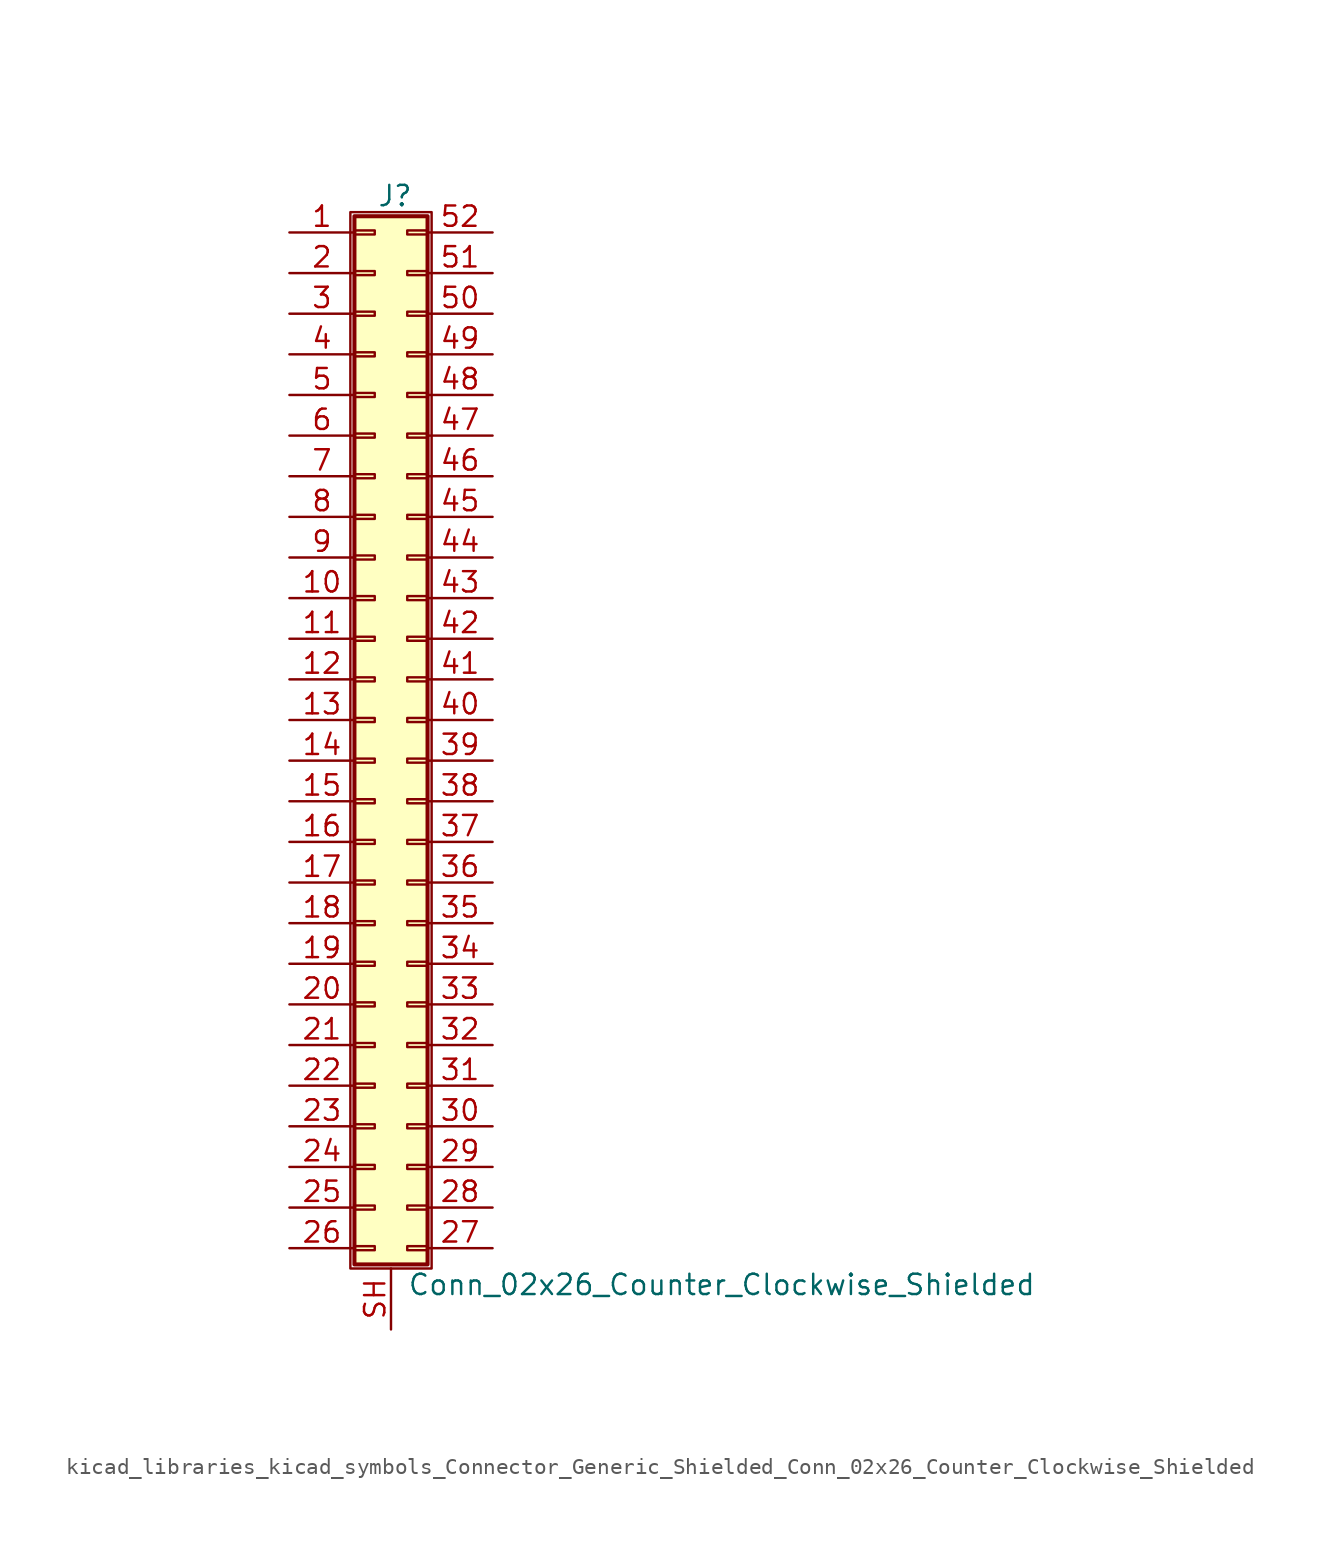
<source format=kicad_sym>
(kicad_symbol_lib
  (version 20220914)
  (generator kicad_symbol_editor)
  (symbol "kicad_libraries_kicad_symbols_Connector_Generic_Shielded_Conn_02x26_Counter_Clockwise_Shielded"
    (pin_names
      (offset 1.016) hide)
    (property "Reference" "J"
      (at 1.524 32.766 0)
      (effects (font (size 1.27 1.27))))
    (property "Value" "Conn_02x26_Counter_Clockwise_Shielded"
      (at 2.286 -35.306 0)
      (effects (font (size 1.27 1.27)) (justify left)))
    (symbol "kicad_libraries_kicad_symbols_Connector_Generic_Shielded_Conn_02x26_Counter_Clockwise_Shielded_1_1"
      (rectangle (start -1.27 31.75) (end 3.81 -34.29) (stroke (width 0.152) (type default)) (fill (type none)))
      (rectangle (start -1.016 -32.893) (end 0.254 -33.147) (stroke (width 0.152) (type default)) (fill (type none)))
      (rectangle (start -1.016 -30.353) (end 0.254 -30.607) (stroke (width 0.152) (type default)) (fill (type none)))
      (rectangle (start -1.016 -27.813) (end 0.254 -28.067) (stroke (width 0.152) (type default)) (fill (type none)))
      (rectangle (start -1.016 -25.273) (end 0.254 -25.527) (stroke (width 0.152) (type default)) (fill (type none)))
      (rectangle (start -1.016 -22.733) (end 0.254 -22.987) (stroke (width 0.152) (type default)) (fill (type none)))
      (rectangle (start -1.016 -20.193) (end 0.254 -20.447) (stroke (width 0.152) (type default)) (fill (type none)))
      (rectangle (start -1.016 -17.653) (end 0.254 -17.907) (stroke (width 0.152) (type default)) (fill (type none)))
      (rectangle (start -1.016 -15.113) (end 0.254 -15.367) (stroke (width 0.152) (type default)) (fill (type none)))
      (rectangle (start -1.016 -12.573) (end 0.254 -12.827) (stroke (width 0.152) (type default)) (fill (type none)))
      (rectangle (start -1.016 -10.033) (end 0.254 -10.287) (stroke (width 0.152) (type default)) (fill (type none)))
      (rectangle (start -1.016 -7.493) (end 0.254 -7.747) (stroke (width 0.152) (type default)) (fill (type none)))
      (rectangle (start -1.016 -4.953) (end 0.254 -5.207) (stroke (width 0.152) (type default)) (fill (type none)))
      (rectangle (start -1.016 -2.413) (end 0.254 -2.667) (stroke (width 0.152) (type default)) (fill (type none)))
      (rectangle (start -1.016 0.127) (end 0.254 -0.127) (stroke (width 0.152) (type default)) (fill (type none)))
      (rectangle (start -1.016 2.667) (end 0.254 2.413) (stroke (width 0.152) (type default)) (fill (type none)))
      (rectangle (start -1.016 5.207) (end 0.254 4.953) (stroke (width 0.152) (type default)) (fill (type none)))
      (rectangle (start -1.016 7.747) (end 0.254 7.493) (stroke (width 0.152) (type default)) (fill (type none)))
      (rectangle (start -1.016 10.287) (end 0.254 10.033) (stroke (width 0.152) (type default)) (fill (type none)))
      (rectangle (start -1.016 12.827) (end 0.254 12.573) (stroke (width 0.152) (type default)) (fill (type none)))
      (rectangle (start -1.016 15.367) (end 0.254 15.113) (stroke (width 0.152) (type default)) (fill (type none)))
      (rectangle (start -1.016 17.907) (end 0.254 17.653) (stroke (width 0.152) (type default)) (fill (type none)))
      (rectangle (start -1.016 20.447) (end 0.254 20.193) (stroke (width 0.152) (type default)) (fill (type none)))
      (rectangle (start -1.016 22.987) (end 0.254 22.733) (stroke (width 0.152) (type default)) (fill (type none)))
      (rectangle (start -1.016 25.527) (end 0.254 25.273) (stroke (width 0.152) (type default)) (fill (type none)))
      (rectangle (start -1.016 28.067) (end 0.254 27.813) (stroke (width 0.152) (type default)) (fill (type none)))
      (rectangle (start -1.016 30.607) (end 0.254 30.353) (stroke (width 0.152) (type default)) (fill (type none)))
      (rectangle (start -1.016 31.496) (end 3.556 -34.036) (stroke (width 0.254) (type default)) (fill (type background)))
      (rectangle (start 3.556 -32.893) (end 2.286 -33.147) (stroke (width 0.152) (type default)) (fill (type none)))
      (rectangle (start 3.556 -30.353) (end 2.286 -30.607) (stroke (width 0.152) (type default)) (fill (type none)))
      (rectangle (start 3.556 -27.813) (end 2.286 -28.067) (stroke (width 0.152) (type default)) (fill (type none)))
      (rectangle (start 3.556 -25.273) (end 2.286 -25.527) (stroke (width 0.152) (type default)) (fill (type none)))
      (rectangle (start 3.556 -22.733) (end 2.286 -22.987) (stroke (width 0.152) (type default)) (fill (type none)))
      (rectangle (start 3.556 -20.193) (end 2.286 -20.447) (stroke (width 0.152) (type default)) (fill (type none)))
      (rectangle (start 3.556 -17.653) (end 2.286 -17.907) (stroke (width 0.152) (type default)) (fill (type none)))
      (rectangle (start 3.556 -15.113) (end 2.286 -15.367) (stroke (width 0.152) (type default)) (fill (type none)))
      (rectangle (start 3.556 -12.573) (end 2.286 -12.827) (stroke (width 0.152) (type default)) (fill (type none)))
      (rectangle (start 3.556 -10.033) (end 2.286 -10.287) (stroke (width 0.152) (type default)) (fill (type none)))
      (rectangle (start 3.556 -7.493) (end 2.286 -7.747) (stroke (width 0.152) (type default)) (fill (type none)))
      (rectangle (start 3.556 -4.953) (end 2.286 -5.207) (stroke (width 0.152) (type default)) (fill (type none)))
      (rectangle (start 3.556 -2.413) (end 2.286 -2.667) (stroke (width 0.152) (type default)) (fill (type none)))
      (rectangle (start 3.556 0.127) (end 2.286 -0.127) (stroke (width 0.152) (type default)) (fill (type none)))
      (rectangle (start 3.556 2.667) (end 2.286 2.413) (stroke (width 0.152) (type default)) (fill (type none)))
      (rectangle (start 3.556 5.207) (end 2.286 4.953) (stroke (width 0.152) (type default)) (fill (type none)))
      (rectangle (start 3.556 7.747) (end 2.286 7.493) (stroke (width 0.152) (type default)) (fill (type none)))
      (rectangle (start 3.556 10.287) (end 2.286 10.033) (stroke (width 0.152) (type default)) (fill (type none)))
      (rectangle (start 3.556 12.827) (end 2.286 12.573) (stroke (width 0.152) (type default)) (fill (type none)))
      (rectangle (start 3.556 15.367) (end 2.286 15.113) (stroke (width 0.152) (type default)) (fill (type none)))
      (rectangle (start 3.556 17.907) (end 2.286 17.653) (stroke (width 0.152) (type default)) (fill (type none)))
      (rectangle (start 3.556 20.447) (end 2.286 20.193) (stroke (width 0.152) (type default)) (fill (type none)))
      (rectangle (start 3.556 22.987) (end 2.286 22.733) (stroke (width 0.152) (type default)) (fill (type none)))
      (rectangle (start 3.556 25.527) (end 2.286 25.273) (stroke (width 0.152) (type default)) (fill (type none)))
      (rectangle (start 3.556 28.067) (end 2.286 27.813) (stroke (width 0.152) (type default)) (fill (type none)))
      (rectangle (start 3.556 30.607) (end 2.286 30.353) (stroke (width 0.152) (type default)) (fill (type none)))
      (pin passive line (at -5.08 30.48 0) (length 4.064) (name "Pin_1" (effects (font (size 1.27 1.27)))) (number "1" (effects (font (size 1.27 1.27)))))
      (pin passive line (at -5.08 7.62 0) (length 4.064) (name "Pin_10" (effects (font (size 1.27 1.27)))) (number "10" (effects (font (size 1.27 1.27)))))
      (pin passive line (at -5.08 5.08 0) (length 4.064) (name "Pin_11" (effects (font (size 1.27 1.27)))) (number "11" (effects (font (size 1.27 1.27)))))
      (pin passive line (at -5.08 2.54 0) (length 4.064) (name "Pin_12" (effects (font (size 1.27 1.27)))) (number "12" (effects (font (size 1.27 1.27)))))
      (pin passive line (at -5.08 0 0) (length 4.064) (name "Pin_13" (effects (font (size 1.27 1.27)))) (number "13" (effects (font (size 1.27 1.27)))))
      (pin passive line (at -5.08 -2.54 0) (length 4.064) (name "Pin_14" (effects (font (size 1.27 1.27)))) (number "14" (effects (font (size 1.27 1.27)))))
      (pin passive line (at -5.08 -5.08 0) (length 4.064) (name "Pin_15" (effects (font (size 1.27 1.27)))) (number "15" (effects (font (size 1.27 1.27)))))
      (pin passive line (at -5.08 -7.62 0) (length 4.064) (name "Pin_16" (effects (font (size 1.27 1.27)))) (number "16" (effects (font (size 1.27 1.27)))))
      (pin passive line (at -5.08 -10.16 0) (length 4.064) (name "Pin_17" (effects (font (size 1.27 1.27)))) (number "17" (effects (font (size 1.27 1.27)))))
      (pin passive line (at -5.08 -12.7 0) (length 4.064) (name "Pin_18" (effects (font (size 1.27 1.27)))) (number "18" (effects (font (size 1.27 1.27)))))
      (pin passive line (at -5.08 -15.24 0) (length 4.064) (name "Pin_19" (effects (font (size 1.27 1.27)))) (number "19" (effects (font (size 1.27 1.27)))))
      (pin passive line (at -5.08 27.94 0) (length 4.064) (name "Pin_2" (effects (font (size 1.27 1.27)))) (number "2" (effects (font (size 1.27 1.27)))))
      (pin passive line (at -5.08 -17.78 0) (length 4.064) (name "Pin_20" (effects (font (size 1.27 1.27)))) (number "20" (effects (font (size 1.27 1.27)))))
      (pin passive line (at -5.08 -20.32 0) (length 4.064) (name "Pin_21" (effects (font (size 1.27 1.27)))) (number "21" (effects (font (size 1.27 1.27)))))
      (pin passive line (at -5.08 -22.86 0) (length 4.064) (name "Pin_22" (effects (font (size 1.27 1.27)))) (number "22" (effects (font (size 1.27 1.27)))))
      (pin passive line (at -5.08 -25.4 0) (length 4.064) (name "Pin_23" (effects (font (size 1.27 1.27)))) (number "23" (effects (font (size 1.27 1.27)))))
      (pin passive line (at -5.08 -27.94 0) (length 4.064) (name "Pin_24" (effects (font (size 1.27 1.27)))) (number "24" (effects (font (size 1.27 1.27)))))
      (pin passive line (at -5.08 -30.48 0) (length 4.064) (name "Pin_25" (effects (font (size 1.27 1.27)))) (number "25" (effects (font (size 1.27 1.27)))))
      (pin passive line (at -5.08 -33.02 0) (length 4.064) (name "Pin_26" (effects (font (size 1.27 1.27)))) (number "26" (effects (font (size 1.27 1.27)))))
      (pin passive line (at 7.62 -33.02 180) (length 4.064) (name "Pin_27" (effects (font (size 1.27 1.27)))) (number "27" (effects (font (size 1.27 1.27)))))
      (pin passive line (at 7.62 -30.48 180) (length 4.064) (name "Pin_28" (effects (font (size 1.27 1.27)))) (number "28" (effects (font (size 1.27 1.27)))))
      (pin passive line (at 7.62 -27.94 180) (length 4.064) (name "Pin_29" (effects (font (size 1.27 1.27)))) (number "29" (effects (font (size 1.27 1.27)))))
      (pin passive line (at -5.08 25.4 0) (length 4.064) (name "Pin_3" (effects (font (size 1.27 1.27)))) (number "3" (effects (font (size 1.27 1.27)))))
      (pin passive line (at 7.62 -25.4 180) (length 4.064) (name "Pin_30" (effects (font (size 1.27 1.27)))) (number "30" (effects (font (size 1.27 1.27)))))
      (pin passive line (at 7.62 -22.86 180) (length 4.064) (name "Pin_31" (effects (font (size 1.27 1.27)))) (number "31" (effects (font (size 1.27 1.27)))))
      (pin passive line (at 7.62 -20.32 180) (length 4.064) (name "Pin_32" (effects (font (size 1.27 1.27)))) (number "32" (effects (font (size 1.27 1.27)))))
      (pin passive line (at 7.62 -17.78 180) (length 4.064) (name "Pin_33" (effects (font (size 1.27 1.27)))) (number "33" (effects (font (size 1.27 1.27)))))
      (pin passive line (at 7.62 -15.24 180) (length 4.064) (name "Pin_34" (effects (font (size 1.27 1.27)))) (number "34" (effects (font (size 1.27 1.27)))))
      (pin passive line (at 7.62 -12.7 180) (length 4.064) (name "Pin_35" (effects (font (size 1.27 1.27)))) (number "35" (effects (font (size 1.27 1.27)))))
      (pin passive line (at 7.62 -10.16 180) (length 4.064) (name "Pin_36" (effects (font (size 1.27 1.27)))) (number "36" (effects (font (size 1.27 1.27)))))
      (pin passive line (at 7.62 -7.62 180) (length 4.064) (name "Pin_37" (effects (font (size 1.27 1.27)))) (number "37" (effects (font (size 1.27 1.27)))))
      (pin passive line (at 7.62 -5.08 180) (length 4.064) (name "Pin_38" (effects (font (size 1.27 1.27)))) (number "38" (effects (font (size 1.27 1.27)))))
      (pin passive line (at 7.62 -2.54 180) (length 4.064) (name "Pin_39" (effects (font (size 1.27 1.27)))) (number "39" (effects (font (size 1.27 1.27)))))
      (pin passive line (at -5.08 22.86 0) (length 4.064) (name "Pin_4" (effects (font (size 1.27 1.27)))) (number "4" (effects (font (size 1.27 1.27)))))
      (pin passive line (at 7.62 0 180) (length 4.064) (name "Pin_40" (effects (font (size 1.27 1.27)))) (number "40" (effects (font (size 1.27 1.27)))))
      (pin passive line (at 7.62 2.54 180) (length 4.064) (name "Pin_41" (effects (font (size 1.27 1.27)))) (number "41" (effects (font (size 1.27 1.27)))))
      (pin passive line (at 7.62 5.08 180) (length 4.064) (name "Pin_42" (effects (font (size 1.27 1.27)))) (number "42" (effects (font (size 1.27 1.27)))))
      (pin passive line (at 7.62 7.62 180) (length 4.064) (name "Pin_43" (effects (font (size 1.27 1.27)))) (number "43" (effects (font (size 1.27 1.27)))))
      (pin passive line (at 7.62 10.16 180) (length 4.064) (name "Pin_44" (effects (font (size 1.27 1.27)))) (number "44" (effects (font (size 1.27 1.27)))))
      (pin passive line (at 7.62 12.7 180) (length 4.064) (name "Pin_45" (effects (font (size 1.27 1.27)))) (number "45" (effects (font (size 1.27 1.27)))))
      (pin passive line (at 7.62 15.24 180) (length 4.064) (name "Pin_46" (effects (font (size 1.27 1.27)))) (number "46" (effects (font (size 1.27 1.27)))))
      (pin passive line (at 7.62 17.78 180) (length 4.064) (name "Pin_47" (effects (font (size 1.27 1.27)))) (number "47" (effects (font (size 1.27 1.27)))))
      (pin passive line (at 7.62 20.32 180) (length 4.064) (name "Pin_48" (effects (font (size 1.27 1.27)))) (number "48" (effects (font (size 1.27 1.27)))))
      (pin passive line (at 7.62 22.86 180) (length 4.064) (name "Pin_49" (effects (font (size 1.27 1.27)))) (number "49" (effects (font (size 1.27 1.27)))))
      (pin passive line (at -5.08 20.32 0) (length 4.064) (name "Pin_5" (effects (font (size 1.27 1.27)))) (number "5" (effects (font (size 1.27 1.27)))))
      (pin passive line (at 7.62 25.4 180) (length 4.064) (name "Pin_50" (effects (font (size 1.27 1.27)))) (number "50" (effects (font (size 1.27 1.27)))))
      (pin passive line (at 7.62 27.94 180) (length 4.064) (name "Pin_51" (effects (font (size 1.27 1.27)))) (number "51" (effects (font (size 1.27 1.27)))))
      (pin passive line (at 7.62 30.48 180) (length 4.064) (name "Pin_52" (effects (font (size 1.27 1.27)))) (number "52" (effects (font (size 1.27 1.27)))))
      (pin passive line (at -5.08 17.78 0) (length 4.064) (name "Pin_6" (effects (font (size 1.27 1.27)))) (number "6" (effects (font (size 1.27 1.27)))))
      (pin passive line (at -5.08 15.24 0) (length 4.064) (name "Pin_7" (effects (font (size 1.27 1.27)))) (number "7" (effects (font (size 1.27 1.27)))))
      (pin passive line (at -5.08 12.7 0) (length 4.064) (name "Pin_8" (effects (font (size 1.27 1.27)))) (number "8" (effects (font (size 1.27 1.27)))))
      (pin passive line (at -5.08 10.16 0) (length 4.064) (name "Pin_9" (effects (font (size 1.27 1.27)))) (number "9" (effects (font (size 1.27 1.27)))))
      (pin passive line (at 1.27 -38.1 90) (length 3.81) (name "Shield" (effects (font (size 1.27 1.27)))) (number "SH" (effects (font (size 1.27 1.27))))))))
</source>
